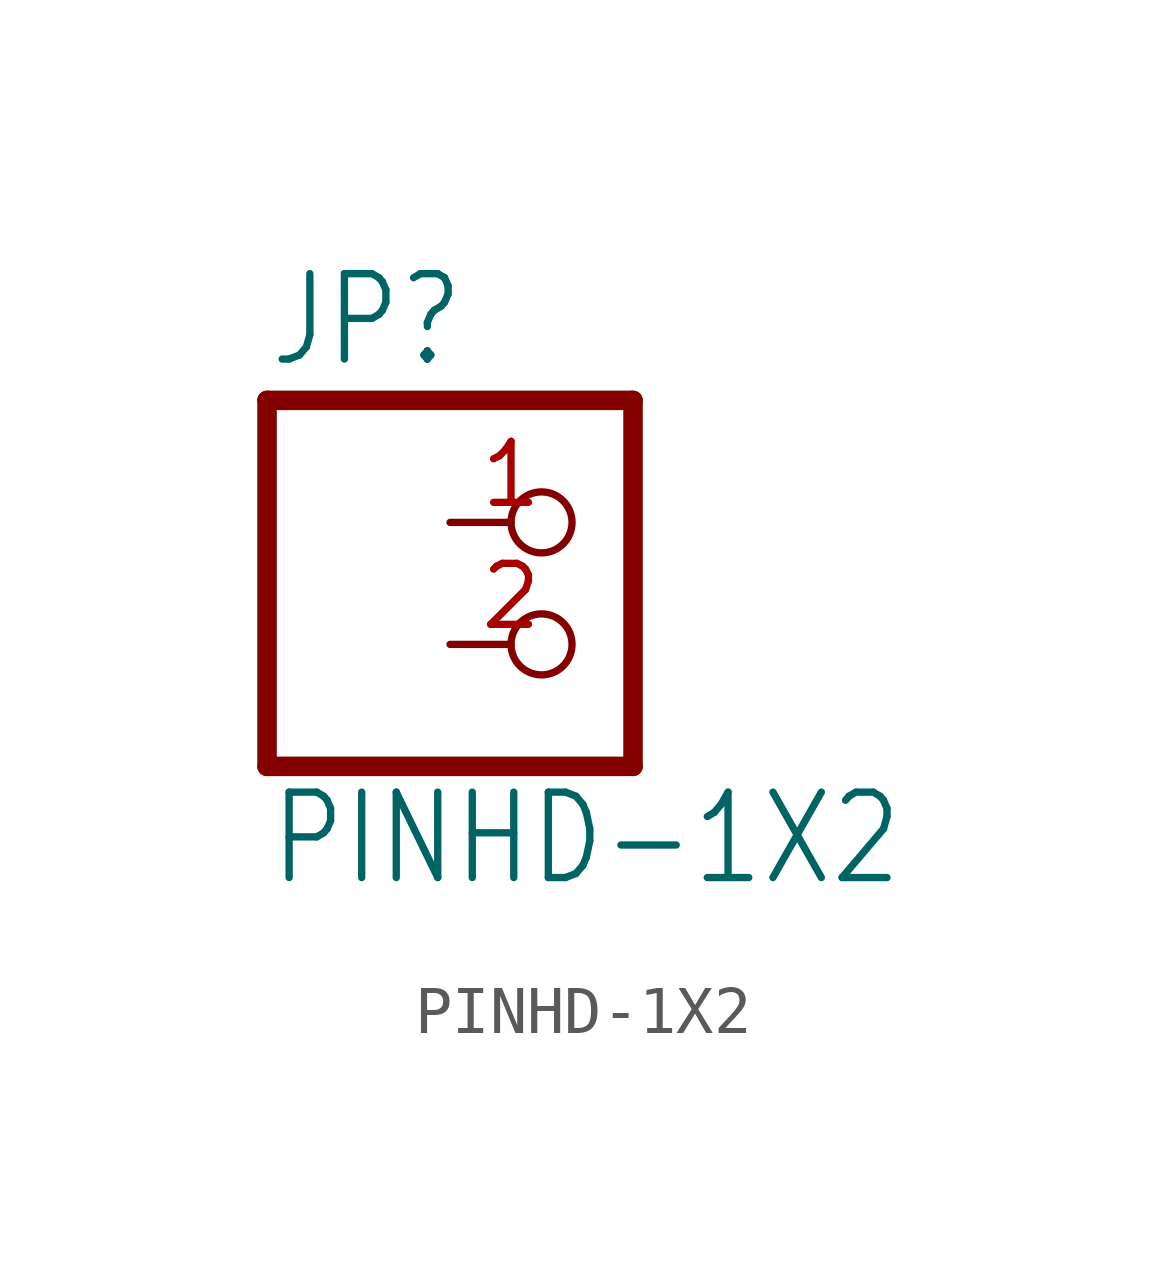
<source format=kicad_sym>
(kicad_symbol_lib
  (version 20211014)
  (generator kicad_symbol_editor)
  (symbol "PINHD-1X2"
    (property "Reference" "JP"
      (at -6.35 5.715 0)
      (effects (font (size 1.778 1.511)) (justify left bottom)))
    (property "Value" "PINHD-1X2"
      (at -6.35 -5.08 0)
      (effects (font (size 1.778 1.511)) (justify left bottom)))
    (property "ki_locked" ""
      (at 0 0 0)
      (effects (font (size 1.27 1.27))))
    (symbol "PINHD-1X2_1_0"
      (polyline (pts (xy -6.35 -2.54) (xy 1.27 -2.54)) (stroke (width 0.406) (type default)) (fill (type none)))
      (polyline (pts (xy -6.35 5.08) (xy -6.35 -2.54)) (stroke (width 0.406) (type default)) (fill (type none)))
      (polyline (pts (xy 1.27 -2.54) (xy 1.27 5.08)) (stroke (width 0.406) (type default)) (fill (type none)))
      (polyline (pts (xy 1.27 5.08) (xy -6.35 5.08)) (stroke (width 0.406) (type default)) (fill (type none)))
      (pin passive inverted (at -2.54 2.54 0) (length 2.54) (name "1" (effects (font (size 0 0)))) (number "1" (effects (font (size 1.27 1.27)))))
      (pin passive inverted (at -2.54 0 0) (length 2.54) (name "2" (effects (font (size 0 0)))) (number "2" (effects (font (size 1.27 1.27))))))))
</source>
